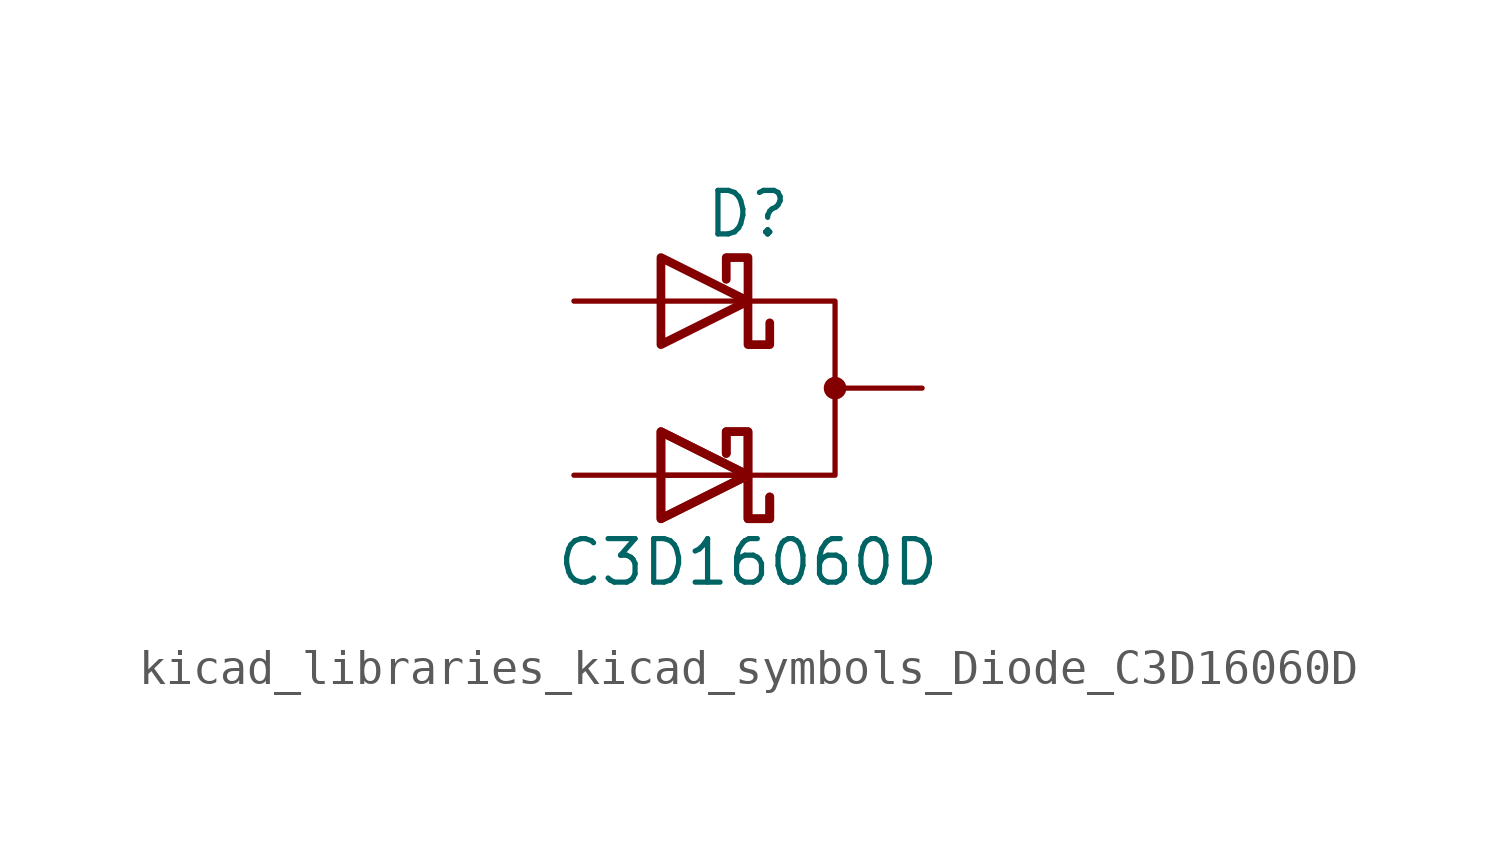
<source format=kicad_sym>
(kicad_symbol_lib
  (version 20220914)
  (generator kicad_symbol_editor)
  (symbol "kicad_libraries_kicad_symbols_Diode_C3D16060D"
    (pin_numbers hide)
    (pin_names
      (offset 1.016) hide)
    (property "Reference" "D"
      (at 0 5.08 0)
      (effects (font (size 1.27 1.27))))
    (property "Value" "C3D16060D"
      (at 0 -5.08 0)
      (effects (font (size 1.27 1.27))))
    (symbol "kicad_libraries_kicad_symbols_Diode_C3D16060D_0_1"
      (polyline (pts (xy -2.54 -2.54) (xy 0 -2.54)) (stroke (width 0) (type default)) (fill (type none)))
      (polyline (pts (xy -2.54 -2.54) (xy 0 -2.54)) (stroke (width 0) (type default)) (fill (type none)))
      (polyline (pts (xy -2.54 2.54) (xy 0 2.54)) (stroke (width 0) (type default)) (fill (type none)))
      (polyline (pts (xy -2.54 -3.81) (xy -2.54 -1.27) (xy 0 -2.54) (xy -2.54 -3.81)) (stroke (width 0.254) (type default)) (fill (type none)))
      (polyline (pts (xy -2.54 -3.81) (xy -2.54 -1.27) (xy 0 -2.54) (xy -2.54 -3.81)) (stroke (width 0.254) (type default)) (fill (type none)))
      (polyline (pts (xy -2.54 1.27) (xy -2.54 3.81) (xy 0 2.54) (xy -2.54 1.27)) (stroke (width 0.254) (type default)) (fill (type none)))
      (polyline (pts (xy 0 2.54) (xy 2.54 2.54) (xy 2.54 -2.54) (xy 0 -2.54)) (stroke (width 0) (type default)) (fill (type none)))
      (polyline (pts (xy 0.635 -3.175) (xy 0.635 -3.81) (xy 0 -3.81) (xy 0 -1.27) (xy -0.635 -1.27) (xy -0.635 -1.905)) (stroke (width 0.254) (type default)) (fill (type none)))
      (polyline (pts (xy 0.635 -3.175) (xy 0.635 -3.81) (xy 0 -3.81) (xy 0 -1.27) (xy -0.635 -1.27) (xy -0.635 -1.905)) (stroke (width 0.254) (type default)) (fill (type none)))
      (polyline (pts (xy 0.635 1.905) (xy 0.635 1.27) (xy 0 1.27) (xy 0 3.81) (xy -0.635 3.81) (xy -0.635 3.175)) (stroke (width 0.254) (type default)) (fill (type none)))
      (circle (center 2.54 0) (radius 0.254) (stroke (width 0) (type default)) (fill (type outline))))
    (symbol "kicad_libraries_kicad_symbols_Diode_C3D16060D_1_1"
      (pin passive line (at -5.08 2.54 0) (length 2.54) (name "A1" (effects (font (size 1.27 1.27)))) (number "1" (effects (font (size 1.27 1.27)))))
      (pin passive line (at 5.08 0 180) (length 2.54) (name "K" (effects (font (size 1.27 1.27)))) (number "2" (effects (font (size 1.27 1.27)))))
      (pin passive line (at -5.08 -2.54 0) (length 2.54) (name "A2" (effects (font (size 1.27 1.27)))) (number "3" (effects (font (size 1.27 1.27))))))))
</source>
